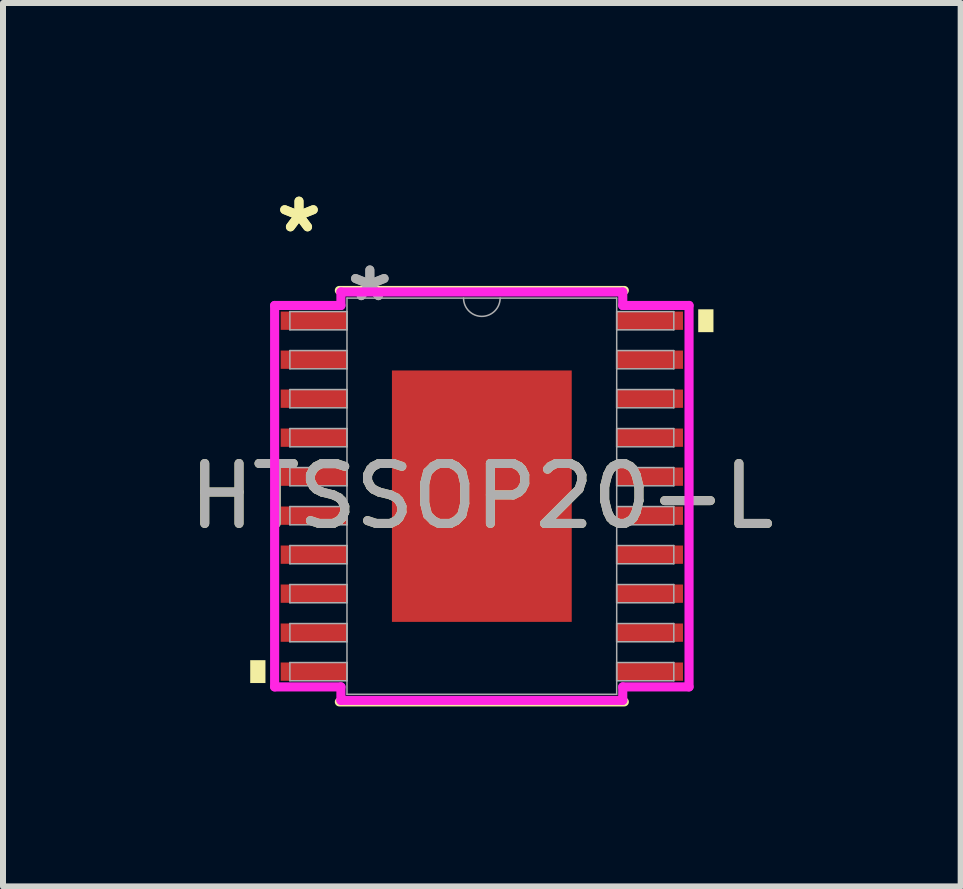
<source format=kicad_pcb>
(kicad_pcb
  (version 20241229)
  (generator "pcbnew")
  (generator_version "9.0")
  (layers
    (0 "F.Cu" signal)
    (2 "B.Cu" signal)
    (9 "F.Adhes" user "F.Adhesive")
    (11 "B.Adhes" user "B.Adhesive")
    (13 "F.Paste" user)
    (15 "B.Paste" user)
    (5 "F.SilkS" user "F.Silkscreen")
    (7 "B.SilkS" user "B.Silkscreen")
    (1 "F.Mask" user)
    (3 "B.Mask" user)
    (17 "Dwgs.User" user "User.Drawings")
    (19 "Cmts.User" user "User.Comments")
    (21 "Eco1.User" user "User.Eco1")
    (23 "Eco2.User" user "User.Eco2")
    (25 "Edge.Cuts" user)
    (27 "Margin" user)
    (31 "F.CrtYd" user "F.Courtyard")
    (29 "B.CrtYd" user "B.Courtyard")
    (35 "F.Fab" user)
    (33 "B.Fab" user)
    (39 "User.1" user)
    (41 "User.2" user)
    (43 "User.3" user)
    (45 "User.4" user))
  (footprint "HTSSOP20-L"
    (layer "F.Cu")
    (at 4.982 5.221)
    (property "Reference" "HTSSOP20-L" (at 0 0 0) (unlocked yes) (layer "F.SilkS") (effects (font (size 1 1) (thickness 0.15))))
    (attr smd)
    (fp_line (start -2.375 3.429) (end 2.375 3.429) (stroke (width 0.152) (type solid)) (layer "F.SilkS"))
    (fp_line (start 2.375 -3.429) (end -2.375 -3.429) (stroke (width 0.152) (type solid)) (layer "F.SilkS"))
    (fp_poly (pts (xy -3.861 2.734) (xy -3.861 3.115) (xy -3.607 3.115) (xy -3.607 2.734)) (stroke (width 0) (type solid)) (fill yes) (layer "F.SilkS"))
    (fp_poly (pts (xy 3.861 -3.115) (xy 3.861 -2.734) (xy 3.607 -2.734) (xy 3.607 -3.115)) (stroke (width 0) (type solid)) (fill yes) (layer "F.SilkS"))
    (fp_poly (pts (xy -1.399 -1.996) (xy -1.399 -0.798) (xy -0.1 -0.798) (xy -0.1 -1.996)) (stroke (width 0) (type solid)) (fill yes) (layer "F.Paste"))
    (fp_poly (pts (xy -1.399 -0.599) (xy -1.399 0.599) (xy -0.1 0.599) (xy -0.1 -0.599)) (stroke (width 0) (type solid)) (fill yes) (layer "F.Paste"))
    (fp_poly (pts (xy -1.399 0.798) (xy -1.399 1.996) (xy -0.1 1.996) (xy -0.1 0.798)) (stroke (width 0) (type solid)) (fill yes) (layer "F.Paste"))
    (fp_poly (pts (xy 0.1 -1.996) (xy 0.1 -0.798) (xy 1.399 -0.798) (xy 1.399 -1.996)) (stroke (width 0) (type solid)) (fill yes) (layer "F.Paste"))
    (fp_poly (pts (xy 0.1 -0.599) (xy 0.1 0.599) (xy 1.399 0.599) (xy 1.399 -0.599)) (stroke (width 0) (type solid)) (fill yes) (layer "F.Paste"))
    (fp_poly (pts (xy 0.1 0.798) (xy 0.1 1.996) (xy 1.399 1.996) (xy 1.399 0.798)) (stroke (width 0) (type solid)) (fill yes) (layer "F.Paste"))
    (fp_line (start -3.454 -3.179) (end -2.349 -3.179) (stroke (width 0.152) (type solid)) (layer "F.CrtYd"))
    (fp_line (start -3.454 3.179) (end -3.454 -3.179) (stroke (width 0.152) (type solid)) (layer "F.CrtYd"))
    (fp_line (start -3.454 3.179) (end -2.349 3.179) (stroke (width 0.152) (type solid)) (layer "F.CrtYd"))
    (fp_line (start -2.349 -3.404) (end 2.349 -3.404) (stroke (width 0.152) (type solid)) (layer "F.CrtYd"))
    (fp_line (start -2.349 -3.179) (end -2.349 -3.404) (stroke (width 0.152) (type solid)) (layer "F.CrtYd"))
    (fp_line (start -2.349 3.404) (end -2.349 3.179) (stroke (width 0.152) (type solid)) (layer "F.CrtYd"))
    (fp_line (start 2.349 -3.404) (end 2.349 -3.179) (stroke (width 0.152) (type solid)) (layer "F.CrtYd"))
    (fp_line (start 2.349 3.179) (end 2.349 3.404) (stroke (width 0.152) (type solid)) (layer "F.CrtYd"))
    (fp_line (start 2.349 3.404) (end -2.349 3.404) (stroke (width 0.152) (type solid)) (layer "F.CrtYd"))
    (fp_line (start 3.454 -3.179) (end 2.349 -3.179) (stroke (width 0.152) (type solid)) (layer "F.CrtYd"))
    (fp_line (start 3.454 -3.179) (end 3.454 3.179) (stroke (width 0.152) (type solid)) (layer "F.CrtYd"))
    (fp_line (start 3.454 3.179) (end 2.349 3.179) (stroke (width 0.152) (type solid)) (layer "F.CrtYd"))
    (fp_line (start -3.2 -3.077) (end -3.2 -2.773) (stroke (width 0.025) (type solid)) (layer "F.Fab"))
    (fp_line (start -3.2 -2.773) (end -2.248 -2.773) (stroke (width 0.025) (type solid)) (layer "F.Fab"))
    (fp_line (start -3.2 -2.427) (end -3.2 -2.123) (stroke (width 0.025) (type solid)) (layer "F.Fab"))
    (fp_line (start -3.2 -2.123) (end -2.248 -2.123) (stroke (width 0.025) (type solid)) (layer "F.Fab"))
    (fp_line (start -3.2 -1.777) (end -3.2 -1.473) (stroke (width 0.025) (type solid)) (layer "F.Fab"))
    (fp_line (start -3.2 -1.473) (end -2.248 -1.473) (stroke (width 0.025) (type solid)) (layer "F.Fab"))
    (fp_line (start -3.2 -1.127) (end -3.2 -0.823) (stroke (width 0.025) (type solid)) (layer "F.Fab"))
    (fp_line (start -3.2 -0.823) (end -2.248 -0.823) (stroke (width 0.025) (type solid)) (layer "F.Fab"))
    (fp_line (start -3.2 -0.477) (end -3.2 -0.173) (stroke (width 0.025) (type solid)) (layer "F.Fab"))
    (fp_line (start -3.2 -0.173) (end -2.248 -0.173) (stroke (width 0.025) (type solid)) (layer "F.Fab"))
    (fp_line (start -3.2 0.173) (end -3.2 0.477) (stroke (width 0.025) (type solid)) (layer "F.Fab"))
    (fp_line (start -3.2 0.477) (end -2.248 0.477) (stroke (width 0.025) (type solid)) (layer "F.Fab"))
    (fp_line (start -3.2 0.823) (end -3.2 1.127) (stroke (width 0.025) (type solid)) (layer "F.Fab"))
    (fp_line (start -3.2 1.127) (end -2.248 1.127) (stroke (width 0.025) (type solid)) (layer "F.Fab"))
    (fp_line (start -3.2 1.473) (end -3.2 1.777) (stroke (width 0.025) (type solid)) (layer "F.Fab"))
    (fp_line (start -3.2 1.777) (end -2.248 1.777) (stroke (width 0.025) (type solid)) (layer "F.Fab"))
    (fp_line (start -3.2 2.123) (end -3.2 2.427) (stroke (width 0.025) (type solid)) (layer "F.Fab"))
    (fp_line (start -3.2 2.427) (end -2.248 2.427) (stroke (width 0.025) (type solid)) (layer "F.Fab"))
    (fp_line (start -3.2 2.773) (end -3.2 3.077) (stroke (width 0.025) (type solid)) (layer "F.Fab"))
    (fp_line (start -3.2 3.077) (end -2.248 3.077) (stroke (width 0.025) (type solid)) (layer "F.Fab"))
    (fp_line (start -2.248 -3.302) (end -2.248 3.302) (stroke (width 0.025) (type solid)) (layer "F.Fab"))
    (fp_line (start -2.248 -3.077) (end -3.2 -3.077) (stroke (width 0.025) (type solid)) (layer "F.Fab"))
    (fp_line (start -2.248 -2.773) (end -2.248 -3.077) (stroke (width 0.025) (type solid)) (layer "F.Fab"))
    (fp_line (start -2.248 -2.427) (end -3.2 -2.427) (stroke (width 0.025) (type solid)) (layer "F.Fab"))
    (fp_line (start -2.248 -2.123) (end -2.248 -2.427) (stroke (width 0.025) (type solid)) (layer "F.Fab"))
    (fp_line (start -2.248 -1.777) (end -3.2 -1.777) (stroke (width 0.025) (type solid)) (layer "F.Fab"))
    (fp_line (start -2.248 -1.473) (end -2.248 -1.777) (stroke (width 0.025) (type solid)) (layer "F.Fab"))
    (fp_line (start -2.248 -1.127) (end -3.2 -1.127) (stroke (width 0.025) (type solid)) (layer "F.Fab"))
    (fp_line (start -2.248 -0.823) (end -2.248 -1.127) (stroke (width 0.025) (type solid)) (layer "F.Fab"))
    (fp_line (start -2.248 -0.477) (end -3.2 -0.477) (stroke (width 0.025) (type solid)) (layer "F.Fab"))
    (fp_line (start -2.248 -0.173) (end -2.248 -0.477) (stroke (width 0.025) (type solid)) (layer "F.Fab"))
    (fp_line (start -2.248 0.173) (end -3.2 0.173) (stroke (width 0.025) (type solid)) (layer "F.Fab"))
    (fp_line (start -2.248 0.477) (end -2.248 0.173) (stroke (width 0.025) (type solid)) (layer "F.Fab"))
    (fp_line (start -2.248 0.823) (end -3.2 0.823) (stroke (width 0.025) (type solid)) (layer "F.Fab"))
    (fp_line (start -2.248 1.127) (end -2.248 0.823) (stroke (width 0.025) (type solid)) (layer "F.Fab"))
    (fp_line (start -2.248 1.473) (end -3.2 1.473) (stroke (width 0.025) (type solid)) (layer "F.Fab"))
    (fp_line (start -2.248 1.777) (end -2.248 1.473) (stroke (width 0.025) (type solid)) (layer "F.Fab"))
    (fp_line (start -2.248 2.123) (end -3.2 2.123) (stroke (width 0.025) (type solid)) (layer "F.Fab"))
    (fp_line (start -2.248 2.427) (end -2.248 2.123) (stroke (width 0.025) (type solid)) (layer "F.Fab"))
    (fp_line (start -2.248 2.773) (end -3.2 2.773) (stroke (width 0.025) (type solid)) (layer "F.Fab"))
    (fp_line (start -2.248 3.077) (end -2.248 2.773) (stroke (width 0.025) (type solid)) (layer "F.Fab"))
    (fp_line (start -2.248 3.302) (end 2.248 3.302) (stroke (width 0.025) (type solid)) (layer "F.Fab"))
    (fp_line (start 2.248 -3.302) (end -2.248 -3.302) (stroke (width 0.025) (type solid)) (layer "F.Fab"))
    (fp_line (start 2.248 -3.077) (end 2.248 -2.773) (stroke (width 0.025) (type solid)) (layer "F.Fab"))
    (fp_line (start 2.248 -2.773) (end 3.2 -2.773) (stroke (width 0.025) (type solid)) (layer "F.Fab"))
    (fp_line (start 2.248 -2.427) (end 2.248 -2.123) (stroke (width 0.025) (type solid)) (layer "F.Fab"))
    (fp_line (start 2.248 -2.123) (end 3.2 -2.123) (stroke (width 0.025) (type solid)) (layer "F.Fab"))
    (fp_line (start 2.248 -1.777) (end 2.248 -1.473) (stroke (width 0.025) (type solid)) (layer "F.Fab"))
    (fp_line (start 2.248 -1.473) (end 3.2 -1.473) (stroke (width 0.025) (type solid)) (layer "F.Fab"))
    (fp_line (start 2.248 -1.127) (end 2.248 -0.823) (stroke (width 0.025) (type solid)) (layer "F.Fab"))
    (fp_line (start 2.248 -0.823) (end 3.2 -0.823) (stroke (width 0.025) (type solid)) (layer "F.Fab"))
    (fp_line (start 2.248 -0.477) (end 2.248 -0.173) (stroke (width 0.025) (type solid)) (layer "F.Fab"))
    (fp_line (start 2.248 -0.173) (end 3.2 -0.173) (stroke (width 0.025) (type solid)) (layer "F.Fab"))
    (fp_line (start 2.248 0.173) (end 2.248 0.477) (stroke (width 0.025) (type solid)) (layer "F.Fab"))
    (fp_line (start 2.248 0.477) (end 3.2 0.477) (stroke (width 0.025) (type solid)) (layer "F.Fab"))
    (fp_line (start 2.248 0.823) (end 2.248 1.127) (stroke (width 0.025) (type solid)) (layer "F.Fab"))
    (fp_line (start 2.248 1.127) (end 3.2 1.127) (stroke (width 0.025) (type solid)) (layer "F.Fab"))
    (fp_line (start 2.248 1.473) (end 2.248 1.777) (stroke (width 0.025) (type solid)) (layer "F.Fab"))
    (fp_line (start 2.248 1.777) (end 3.2 1.777) (stroke (width 0.025) (type solid)) (layer "F.Fab"))
    (fp_line (start 2.248 2.123) (end 2.248 2.427) (stroke (width 0.025) (type solid)) (layer "F.Fab"))
    (fp_line (start 2.248 2.427) (end 3.2 2.427) (stroke (width 0.025) (type solid)) (layer "F.Fab"))
    (fp_line (start 2.248 2.773) (end 2.248 3.077) (stroke (width 0.025) (type solid)) (layer "F.Fab"))
    (fp_line (start 2.248 3.077) (end 3.2 3.077) (stroke (width 0.025) (type solid)) (layer "F.Fab"))
    (fp_line (start 2.248 3.302) (end 2.248 -3.302) (stroke (width 0.025) (type solid)) (layer "F.Fab"))
    (fp_line (start 3.2 -3.077) (end 2.248 -3.077) (stroke (width 0.025) (type solid)) (layer "F.Fab"))
    (fp_line (start 3.2 -2.773) (end 3.2 -3.077) (stroke (width 0.025) (type solid)) (layer "F.Fab"))
    (fp_line (start 3.2 -2.427) (end 2.248 -2.427) (stroke (width 0.025) (type solid)) (layer "F.Fab"))
    (fp_line (start 3.2 -2.123) (end 3.2 -2.427) (stroke (width 0.025) (type solid)) (layer "F.Fab"))
    (fp_line (start 3.2 -1.777) (end 2.248 -1.777) (stroke (width 0.025) (type solid)) (layer "F.Fab"))
    (fp_line (start 3.2 -1.473) (end 3.2 -1.777) (stroke (width 0.025) (type solid)) (layer "F.Fab"))
    (fp_line (start 3.2 -1.127) (end 2.248 -1.127) (stroke (width 0.025) (type solid)) (layer "F.Fab"))
    (fp_line (start 3.2 -0.823) (end 3.2 -1.127) (stroke (width 0.025) (type solid)) (layer "F.Fab"))
    (fp_line (start 3.2 -0.477) (end 2.248 -0.477) (stroke (width 0.025) (type solid)) (layer "F.Fab"))
    (fp_line (start 3.2 -0.173) (end 3.2 -0.477) (stroke (width 0.025) (type solid)) (layer "F.Fab"))
    (fp_line (start 3.2 0.173) (end 2.248 0.173) (stroke (width 0.025) (type solid)) (layer "F.Fab"))
    (fp_line (start 3.2 0.477) (end 3.2 0.173) (stroke (width 0.025) (type solid)) (layer "F.Fab"))
    (fp_line (start 3.2 0.823) (end 2.248 0.823) (stroke (width 0.025) (type solid)) (layer "F.Fab"))
    (fp_line (start 3.2 1.127) (end 3.2 0.823) (stroke (width 0.025) (type solid)) (layer "F.Fab"))
    (fp_line (start 3.2 1.473) (end 2.248 1.473) (stroke (width 0.025) (type solid)) (layer "F.Fab"))
    (fp_line (start 3.2 1.777) (end 3.2 1.473) (stroke (width 0.025) (type solid)) (layer "F.Fab"))
    (fp_line (start 3.2 2.123) (end 2.248 2.123) (stroke (width 0.025) (type solid)) (layer "F.Fab"))
    (fp_line (start 3.2 2.427) (end 3.2 2.123) (stroke (width 0.025) (type solid)) (layer "F.Fab"))
    (fp_line (start 3.2 2.773) (end 2.248 2.773) (stroke (width 0.025) (type solid)) (layer "F.Fab"))
    (fp_line (start 3.2 3.077) (end 3.2 2.773) (stroke (width 0.025) (type solid)) (layer "F.Fab"))
    (fp_arc (start 0.3048 -3.302) (mid 0 -2.9972) (end -0.3048 -3.302) (stroke (width 0.0254) (type solid)) (layer "F.Fab"))
    (fp_text user "*" (at -3.048 -4.373 0) (layer "F.SilkS") (effects (font (size 1 1) (thickness 0.15))))
    (fp_text user "*" (at -3.048 -4.373 0) (unlocked yes) (layer "F.SilkS") (effects (font (size 1 1) (thickness 0.15))))
    (fp_text user "*" (at -1.867 -3.226 0) (layer "F.Fab") (effects (font (size 1 1) (thickness 0.15))))
    (fp_text user "*" (at -1.867 -3.226 0) (unlocked yes) (layer "F.Fab") (effects (font (size 1 1) (thickness 0.15))))
    (fp_text user "${REFERENCE}" (at 0 0 0) (unlocked yes) (layer "F.Fab") (effects (font (size 1 1) (thickness 0.15))))
    (pad "1" smd rect (at -2.794 -2.925) (size 1.118 0.305) (layers "F.Cu" "F.Mask" "F.Paste"))
    (pad "2" smd rect (at -2.794 -2.275) (size 1.118 0.305) (layers "F.Cu" "F.Mask" "F.Paste"))
    (pad "3" smd rect (at -2.794 -1.625) (size 1.118 0.305) (layers "F.Cu" "F.Mask" "F.Paste"))
    (pad "4" smd rect (at -2.794 -0.975) (size 1.118 0.305) (layers "F.Cu" "F.Mask" "F.Paste"))
    (pad "5" smd rect (at -2.794 -0.325) (size 1.118 0.305) (layers "F.Cu" "F.Mask" "F.Paste"))
    (pad "6" smd rect (at -2.794 0.325) (size 1.118 0.305) (layers "F.Cu" "F.Mask" "F.Paste"))
    (pad "7" smd rect (at -2.794 0.975) (size 1.118 0.305) (layers "F.Cu" "F.Mask" "F.Paste"))
    (pad "8" smd rect (at -2.794 1.625) (size 1.118 0.305) (layers "F.Cu" "F.Mask" "F.Paste"))
    (pad "9" smd rect (at -2.794 2.275) (size 1.118 0.305) (layers "F.Cu" "F.Mask" "F.Paste"))
    (pad "10" smd rect (at -2.794 2.925) (size 1.118 0.305) (layers "F.Cu" "F.Mask" "F.Paste"))
    (pad "11" smd rect (at 2.794 2.925) (size 1.118 0.305) (layers "F.Cu" "F.Mask" "F.Paste"))
    (pad "12" smd rect (at 2.794 2.275) (size 1.118 0.305) (layers "F.Cu" "F.Mask" "F.Paste"))
    (pad "13" smd rect (at 2.794 1.625) (size 1.118 0.305) (layers "F.Cu" "F.Mask" "F.Paste"))
    (pad "14" smd rect (at 2.794 0.975) (size 1.118 0.305) (layers "F.Cu" "F.Mask" "F.Paste"))
    (pad "15" smd rect (at 2.794 0.325) (size 1.118 0.305) (layers "F.Cu" "F.Mask" "F.Paste"))
    (pad "16" smd rect (at 2.794 -0.325) (size 1.118 0.305) (layers "F.Cu" "F.Mask" "F.Paste"))
    (pad "17" smd rect (at 2.794 -0.975) (size 1.118 0.305) (layers "F.Cu" "F.Mask" "F.Paste"))
    (pad "18" smd rect (at 2.794 -1.625) (size 1.118 0.305) (layers "F.Cu" "F.Mask" "F.Paste"))
    (pad "19" smd rect (at 2.794 -2.275) (size 1.118 0.305) (layers "F.Cu" "F.Mask" "F.Paste"))
    (pad "20" smd rect (at 2.794 -2.925) (size 1.118 0.305) (layers "F.Cu" "F.Mask" "F.Paste"))
    (pad "21" smd rect (at 0 0) (size 2.997 4.191) (layers "F.Cu" "F.Mask")))
  (gr_rect
    (start -3 -3)
    (end 12.964 11.726)
    (stroke (width 0.1) (type default))
    (fill no)
    (layer "Edge.Cuts")))
</source>
